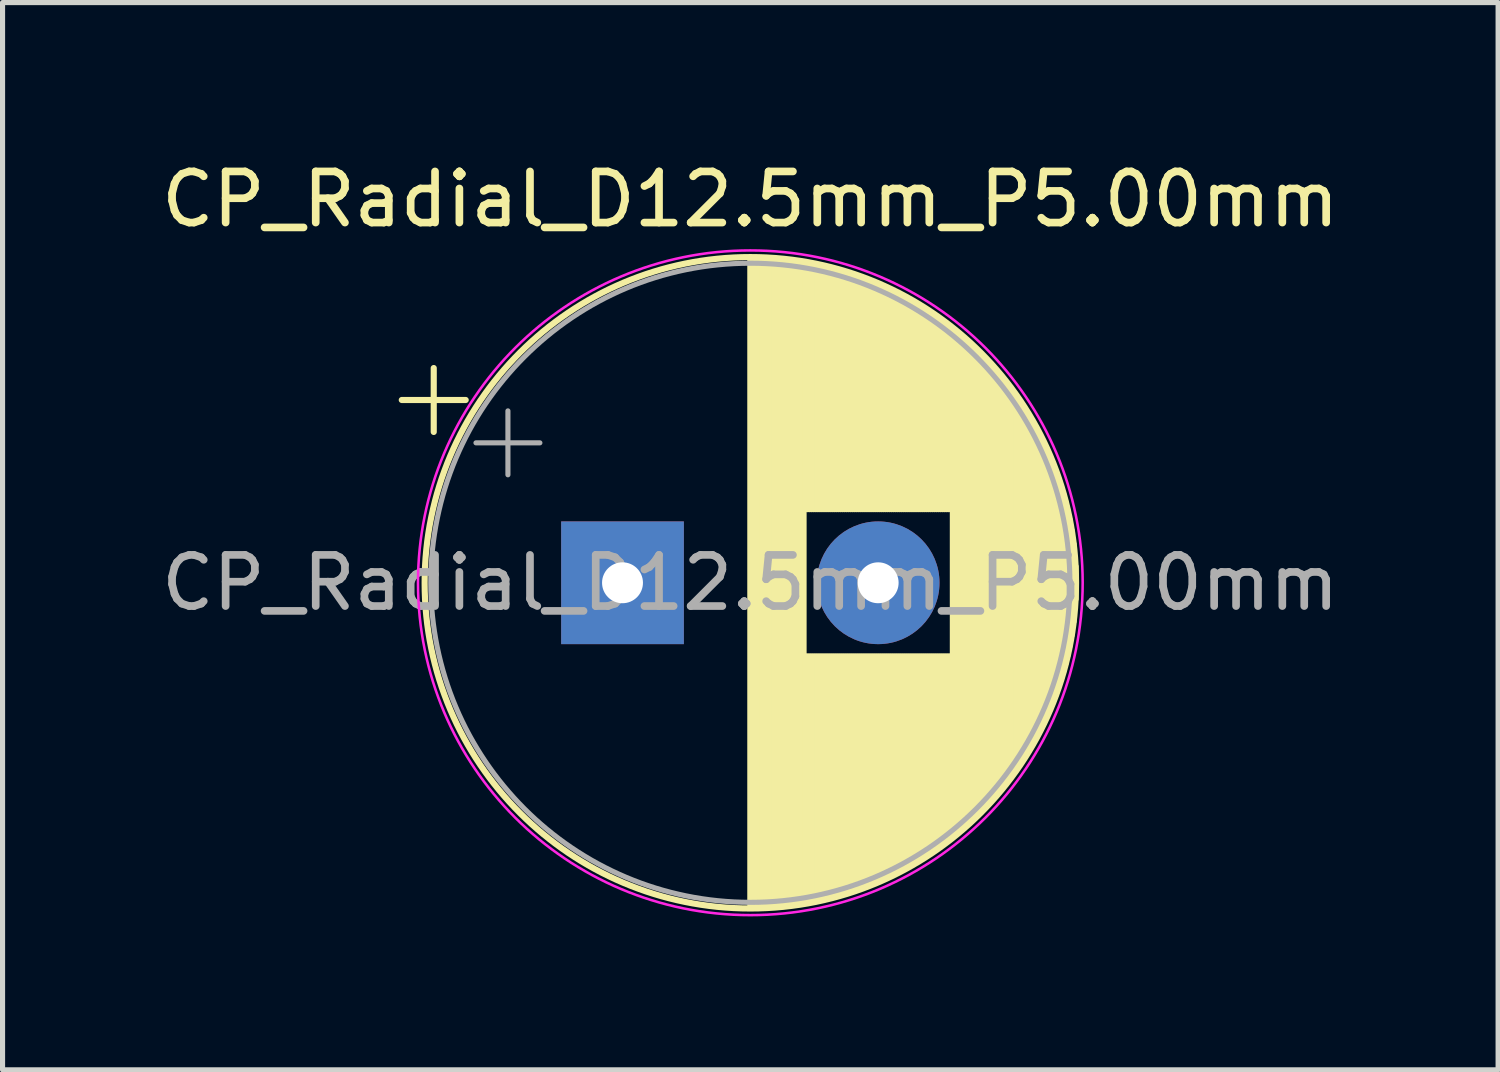
<source format=kicad_pcb>
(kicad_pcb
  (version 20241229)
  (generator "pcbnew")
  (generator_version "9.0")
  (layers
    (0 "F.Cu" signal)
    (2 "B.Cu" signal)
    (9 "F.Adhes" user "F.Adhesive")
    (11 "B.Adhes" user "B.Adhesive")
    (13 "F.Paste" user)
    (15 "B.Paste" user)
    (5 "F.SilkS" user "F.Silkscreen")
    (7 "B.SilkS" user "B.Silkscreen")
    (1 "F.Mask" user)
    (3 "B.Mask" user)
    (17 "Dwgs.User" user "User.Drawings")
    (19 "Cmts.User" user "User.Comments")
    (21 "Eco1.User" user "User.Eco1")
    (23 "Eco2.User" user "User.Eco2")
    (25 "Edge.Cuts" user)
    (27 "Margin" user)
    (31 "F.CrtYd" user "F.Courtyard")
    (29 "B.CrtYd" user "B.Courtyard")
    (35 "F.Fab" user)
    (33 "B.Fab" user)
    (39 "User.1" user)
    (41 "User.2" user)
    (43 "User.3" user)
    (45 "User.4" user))
  (footprint "CP_Radial_D12.5mm_P5.00mm"
    (layer "F.Cu")
    (at 9.125 8.348)
    (property "Reference" "CP_Radial_D12.5mm_P5.00mm" (at 2.5 -7.5 0) (layer "F.SilkS") (effects (font (size 1 1) (thickness 0.15))))
    (attr through_hole)
    (fp_line (start -4.317 -3.575) (end -3.067 -3.575) (stroke (width 0.12) (type solid)) (layer "F.SilkS"))
    (fp_line (start -3.692 -4.2) (end -3.692 -2.95) (stroke (width 0.12) (type solid)) (layer "F.SilkS"))
    (fp_line (start 2.5 -6.33) (end 2.5 6.33) (stroke (width 0.12) (type solid)) (layer "F.SilkS"))
    (fp_line (start 2.54 -6.33) (end 2.54 6.33) (stroke (width 0.12) (type solid)) (layer "F.SilkS"))
    (fp_line (start 2.58 -6.33) (end 2.58 6.33) (stroke (width 0.12) (type solid)) (layer "F.SilkS"))
    (fp_line (start 2.62 -6.329) (end 2.62 6.329) (stroke (width 0.12) (type solid)) (layer "F.SilkS"))
    (fp_line (start 2.66 -6.328) (end 2.66 6.328) (stroke (width 0.12) (type solid)) (layer "F.SilkS"))
    (fp_line (start 2.7 -6.327) (end 2.7 6.327) (stroke (width 0.12) (type solid)) (layer "F.SilkS"))
    (fp_line (start 2.74 -6.326) (end 2.74 6.326) (stroke (width 0.12) (type solid)) (layer "F.SilkS"))
    (fp_line (start 2.78 -6.324) (end 2.78 6.324) (stroke (width 0.12) (type solid)) (layer "F.SilkS"))
    (fp_line (start 2.82 -6.322) (end 2.82 6.322) (stroke (width 0.12) (type solid)) (layer "F.SilkS"))
    (fp_line (start 2.86 -6.32) (end 2.86 6.32) (stroke (width 0.12) (type solid)) (layer "F.SilkS"))
    (fp_line (start 2.9 -6.318) (end 2.9 6.318) (stroke (width 0.12) (type solid)) (layer "F.SilkS"))
    (fp_line (start 2.94 -6.315) (end 2.94 6.315) (stroke (width 0.12) (type solid)) (layer "F.SilkS"))
    (fp_line (start 2.98 -6.312) (end 2.98 6.312) (stroke (width 0.12) (type solid)) (layer "F.SilkS"))
    (fp_line (start 3.02 -6.309) (end 3.02 6.309) (stroke (width 0.12) (type solid)) (layer "F.SilkS"))
    (fp_line (start 3.06 -6.306) (end 3.06 6.306) (stroke (width 0.12) (type solid)) (layer "F.SilkS"))
    (fp_line (start 3.1 -6.302) (end 3.1 6.302) (stroke (width 0.12) (type solid)) (layer "F.SilkS"))
    (fp_line (start 3.14 -6.298) (end 3.14 6.298) (stroke (width 0.12) (type solid)) (layer "F.SilkS"))
    (fp_line (start 3.18 -6.294) (end 3.18 6.294) (stroke (width 0.12) (type solid)) (layer "F.SilkS"))
    (fp_line (start 3.221 -6.29) (end 3.221 6.29) (stroke (width 0.12) (type solid)) (layer "F.SilkS"))
    (fp_line (start 3.261 -6.285) (end 3.261 6.285) (stroke (width 0.12) (type solid)) (layer "F.SilkS"))
    (fp_line (start 3.301 -6.28) (end 3.301 6.28) (stroke (width 0.12) (type solid)) (layer "F.SilkS"))
    (fp_line (start 3.341 -6.275) (end 3.341 6.275) (stroke (width 0.12) (type solid)) (layer "F.SilkS"))
    (fp_line (start 3.381 -6.269) (end 3.381 6.269) (stroke (width 0.12) (type solid)) (layer "F.SilkS"))
    (fp_line (start 3.421 -6.264) (end 3.421 6.264) (stroke (width 0.12) (type solid)) (layer "F.SilkS"))
    (fp_line (start 3.461 -6.258) (end 3.461 6.258) (stroke (width 0.12) (type solid)) (layer "F.SilkS"))
    (fp_line (start 3.501 -6.252) (end 3.501 6.252) (stroke (width 0.12) (type solid)) (layer "F.SilkS"))
    (fp_line (start 3.541 -6.245) (end 3.541 6.245) (stroke (width 0.12) (type solid)) (layer "F.SilkS"))
    (fp_line (start 3.581 -6.238) (end 3.581 -1.44) (stroke (width 0.12) (type solid)) (layer "F.SilkS"))
    (fp_line (start 3.581 1.44) (end 3.581 6.238) (stroke (width 0.12) (type solid)) (layer "F.SilkS"))
    (fp_line (start 3.621 -6.231) (end 3.621 -1.44) (stroke (width 0.12) (type solid)) (layer "F.SilkS"))
    (fp_line (start 3.621 1.44) (end 3.621 6.231) (stroke (width 0.12) (type solid)) (layer "F.SilkS"))
    (fp_line (start 3.661 -6.224) (end 3.661 -1.44) (stroke (width 0.12) (type solid)) (layer "F.SilkS"))
    (fp_line (start 3.661 1.44) (end 3.661 6.224) (stroke (width 0.12) (type solid)) (layer "F.SilkS"))
    (fp_line (start 3.701 -6.216) (end 3.701 -1.44) (stroke (width 0.12) (type solid)) (layer "F.SilkS"))
    (fp_line (start 3.701 1.44) (end 3.701 6.216) (stroke (width 0.12) (type solid)) (layer "F.SilkS"))
    (fp_line (start 3.741 -6.209) (end 3.741 -1.44) (stroke (width 0.12) (type solid)) (layer "F.SilkS"))
    (fp_line (start 3.741 1.44) (end 3.741 6.209) (stroke (width 0.12) (type solid)) (layer "F.SilkS"))
    (fp_line (start 3.781 -6.201) (end 3.781 -1.44) (stroke (width 0.12) (type solid)) (layer "F.SilkS"))
    (fp_line (start 3.781 1.44) (end 3.781 6.201) (stroke (width 0.12) (type solid)) (layer "F.SilkS"))
    (fp_line (start 3.821 -6.192) (end 3.821 -1.44) (stroke (width 0.12) (type solid)) (layer "F.SilkS"))
    (fp_line (start 3.821 1.44) (end 3.821 6.192) (stroke (width 0.12) (type solid)) (layer "F.SilkS"))
    (fp_line (start 3.861 -6.184) (end 3.861 -1.44) (stroke (width 0.12) (type solid)) (layer "F.SilkS"))
    (fp_line (start 3.861 1.44) (end 3.861 6.184) (stroke (width 0.12) (type solid)) (layer "F.SilkS"))
    (fp_line (start 3.901 -6.175) (end 3.901 -1.44) (stroke (width 0.12) (type solid)) (layer "F.SilkS"))
    (fp_line (start 3.901 1.44) (end 3.901 6.175) (stroke (width 0.12) (type solid)) (layer "F.SilkS"))
    (fp_line (start 3.941 -6.166) (end 3.941 -1.44) (stroke (width 0.12) (type solid)) (layer "F.SilkS"))
    (fp_line (start 3.941 1.44) (end 3.941 6.166) (stroke (width 0.12) (type solid)) (layer "F.SilkS"))
    (fp_line (start 3.981 -6.156) (end 3.981 -1.44) (stroke (width 0.12) (type solid)) (layer "F.SilkS"))
    (fp_line (start 3.981 1.44) (end 3.981 6.156) (stroke (width 0.12) (type solid)) (layer "F.SilkS"))
    (fp_line (start 4.021 -6.146) (end 4.021 -1.44) (stroke (width 0.12) (type solid)) (layer "F.SilkS"))
    (fp_line (start 4.021 1.44) (end 4.021 6.146) (stroke (width 0.12) (type solid)) (layer "F.SilkS"))
    (fp_line (start 4.061 -6.137) (end 4.061 -1.44) (stroke (width 0.12) (type solid)) (layer "F.SilkS"))
    (fp_line (start 4.061 1.44) (end 4.061 6.137) (stroke (width 0.12) (type solid)) (layer "F.SilkS"))
    (fp_line (start 4.101 -6.126) (end 4.101 -1.44) (stroke (width 0.12) (type solid)) (layer "F.SilkS"))
    (fp_line (start 4.101 1.44) (end 4.101 6.126) (stroke (width 0.12) (type solid)) (layer "F.SilkS"))
    (fp_line (start 4.141 -6.116) (end 4.141 -1.44) (stroke (width 0.12) (type solid)) (layer "F.SilkS"))
    (fp_line (start 4.141 1.44) (end 4.141 6.116) (stroke (width 0.12) (type solid)) (layer "F.SilkS"))
    (fp_line (start 4.181 -6.105) (end 4.181 -1.44) (stroke (width 0.12) (type solid)) (layer "F.SilkS"))
    (fp_line (start 4.181 1.44) (end 4.181 6.105) (stroke (width 0.12) (type solid)) (layer "F.SilkS"))
    (fp_line (start 4.221 -6.094) (end 4.221 -1.44) (stroke (width 0.12) (type solid)) (layer "F.SilkS"))
    (fp_line (start 4.221 1.44) (end 4.221 6.094) (stroke (width 0.12) (type solid)) (layer "F.SilkS"))
    (fp_line (start 4.261 -6.083) (end 4.261 -1.44) (stroke (width 0.12) (type solid)) (layer "F.SilkS"))
    (fp_line (start 4.261 1.44) (end 4.261 6.083) (stroke (width 0.12) (type solid)) (layer "F.SilkS"))
    (fp_line (start 4.301 -6.071) (end 4.301 -1.44) (stroke (width 0.12) (type solid)) (layer "F.SilkS"))
    (fp_line (start 4.301 1.44) (end 4.301 6.071) (stroke (width 0.12) (type solid)) (layer "F.SilkS"))
    (fp_line (start 4.341 -6.059) (end 4.341 -1.44) (stroke (width 0.12) (type solid)) (layer "F.SilkS"))
    (fp_line (start 4.341 1.44) (end 4.341 6.059) (stroke (width 0.12) (type solid)) (layer "F.SilkS"))
    (fp_line (start 4.381 -6.047) (end 4.381 -1.44) (stroke (width 0.12) (type solid)) (layer "F.SilkS"))
    (fp_line (start 4.381 1.44) (end 4.381 6.047) (stroke (width 0.12) (type solid)) (layer "F.SilkS"))
    (fp_line (start 4.421 -6.034) (end 4.421 -1.44) (stroke (width 0.12) (type solid)) (layer "F.SilkS"))
    (fp_line (start 4.421 1.44) (end 4.421 6.034) (stroke (width 0.12) (type solid)) (layer "F.SilkS"))
    (fp_line (start 4.461 -6.021) (end 4.461 -1.44) (stroke (width 0.12) (type solid)) (layer "F.SilkS"))
    (fp_line (start 4.461 1.44) (end 4.461 6.021) (stroke (width 0.12) (type solid)) (layer "F.SilkS"))
    (fp_line (start 4.501 -6.008) (end 4.501 -1.44) (stroke (width 0.12) (type solid)) (layer "F.SilkS"))
    (fp_line (start 4.501 1.44) (end 4.501 6.008) (stroke (width 0.12) (type solid)) (layer "F.SilkS"))
    (fp_line (start 4.541 -5.995) (end 4.541 -1.44) (stroke (width 0.12) (type solid)) (layer "F.SilkS"))
    (fp_line (start 4.541 1.44) (end 4.541 5.995) (stroke (width 0.12) (type solid)) (layer "F.SilkS"))
    (fp_line (start 4.581 -5.981) (end 4.581 -1.44) (stroke (width 0.12) (type solid)) (layer "F.SilkS"))
    (fp_line (start 4.581 1.44) (end 4.581 5.981) (stroke (width 0.12) (type solid)) (layer "F.SilkS"))
    (fp_line (start 4.621 -5.967) (end 4.621 -1.44) (stroke (width 0.12) (type solid)) (layer "F.SilkS"))
    (fp_line (start 4.621 1.44) (end 4.621 5.967) (stroke (width 0.12) (type solid)) (layer "F.SilkS"))
    (fp_line (start 4.661 -5.953) (end 4.661 -1.44) (stroke (width 0.12) (type solid)) (layer "F.SilkS"))
    (fp_line (start 4.661 1.44) (end 4.661 5.953) (stroke (width 0.12) (type solid)) (layer "F.SilkS"))
    (fp_line (start 4.701 -5.939) (end 4.701 -1.44) (stroke (width 0.12) (type solid)) (layer "F.SilkS"))
    (fp_line (start 4.701 1.44) (end 4.701 5.939) (stroke (width 0.12) (type solid)) (layer "F.SilkS"))
    (fp_line (start 4.741 -5.924) (end 4.741 -1.44) (stroke (width 0.12) (type solid)) (layer "F.SilkS"))
    (fp_line (start 4.741 1.44) (end 4.741 5.924) (stroke (width 0.12) (type solid)) (layer "F.SilkS"))
    (fp_line (start 4.781 -5.908) (end 4.781 -1.44) (stroke (width 0.12) (type solid)) (layer "F.SilkS"))
    (fp_line (start 4.781 1.44) (end 4.781 5.908) (stroke (width 0.12) (type solid)) (layer "F.SilkS"))
    (fp_line (start 4.821 -5.893) (end 4.821 -1.44) (stroke (width 0.12) (type solid)) (layer "F.SilkS"))
    (fp_line (start 4.821 1.44) (end 4.821 5.893) (stroke (width 0.12) (type solid)) (layer "F.SilkS"))
    (fp_line (start 4.861 -5.877) (end 4.861 -1.44) (stroke (width 0.12) (type solid)) (layer "F.SilkS"))
    (fp_line (start 4.861 1.44) (end 4.861 5.877) (stroke (width 0.12) (type solid)) (layer "F.SilkS"))
    (fp_line (start 4.901 -5.861) (end 4.901 -1.44) (stroke (width 0.12) (type solid)) (layer "F.SilkS"))
    (fp_line (start 4.901 1.44) (end 4.901 5.861) (stroke (width 0.12) (type solid)) (layer "F.SilkS"))
    (fp_line (start 4.941 -5.845) (end 4.941 -1.44) (stroke (width 0.12) (type solid)) (layer "F.SilkS"))
    (fp_line (start 4.941 1.44) (end 4.941 5.845) (stroke (width 0.12) (type solid)) (layer "F.SilkS"))
    (fp_line (start 4.981 -5.828) (end 4.981 -1.44) (stroke (width 0.12) (type solid)) (layer "F.SilkS"))
    (fp_line (start 4.981 1.44) (end 4.981 5.828) (stroke (width 0.12) (type solid)) (layer "F.SilkS"))
    (fp_line (start 5.021 -5.811) (end 5.021 -1.44) (stroke (width 0.12) (type solid)) (layer "F.SilkS"))
    (fp_line (start 5.021 1.44) (end 5.021 5.811) (stroke (width 0.12) (type solid)) (layer "F.SilkS"))
    (fp_line (start 5.061 -5.793) (end 5.061 -1.44) (stroke (width 0.12) (type solid)) (layer "F.SilkS"))
    (fp_line (start 5.061 1.44) (end 5.061 5.793) (stroke (width 0.12) (type solid)) (layer "F.SilkS"))
    (fp_line (start 5.101 -5.776) (end 5.101 -1.44) (stroke (width 0.12) (type solid)) (layer "F.SilkS"))
    (fp_line (start 5.101 1.44) (end 5.101 5.776) (stroke (width 0.12) (type solid)) (layer "F.SilkS"))
    (fp_line (start 5.141 -5.758) (end 5.141 -1.44) (stroke (width 0.12) (type solid)) (layer "F.SilkS"))
    (fp_line (start 5.141 1.44) (end 5.141 5.758) (stroke (width 0.12) (type solid)) (layer "F.SilkS"))
    (fp_line (start 5.181 -5.739) (end 5.181 -1.44) (stroke (width 0.12) (type solid)) (layer "F.SilkS"))
    (fp_line (start 5.181 1.44) (end 5.181 5.739) (stroke (width 0.12) (type solid)) (layer "F.SilkS"))
    (fp_line (start 5.221 -5.721) (end 5.221 -1.44) (stroke (width 0.12) (type solid)) (layer "F.SilkS"))
    (fp_line (start 5.221 1.44) (end 5.221 5.721) (stroke (width 0.12) (type solid)) (layer "F.SilkS"))
    (fp_line (start 5.261 -5.702) (end 5.261 -1.44) (stroke (width 0.12) (type solid)) (layer "F.SilkS"))
    (fp_line (start 5.261 1.44) (end 5.261 5.702) (stroke (width 0.12) (type solid)) (layer "F.SilkS"))
    (fp_line (start 5.301 -5.682) (end 5.301 -1.44) (stroke (width 0.12) (type solid)) (layer "F.SilkS"))
    (fp_line (start 5.301 1.44) (end 5.301 5.682) (stroke (width 0.12) (type solid)) (layer "F.SilkS"))
    (fp_line (start 5.341 -5.662) (end 5.341 -1.44) (stroke (width 0.12) (type solid)) (layer "F.SilkS"))
    (fp_line (start 5.341 1.44) (end 5.341 5.662) (stroke (width 0.12) (type solid)) (layer "F.SilkS"))
    (fp_line (start 5.381 -5.642) (end 5.381 -1.44) (stroke (width 0.12) (type solid)) (layer "F.SilkS"))
    (fp_line (start 5.381 1.44) (end 5.381 5.642) (stroke (width 0.12) (type solid)) (layer "F.SilkS"))
    (fp_line (start 5.421 -5.622) (end 5.421 -1.44) (stroke (width 0.12) (type solid)) (layer "F.SilkS"))
    (fp_line (start 5.421 1.44) (end 5.421 5.622) (stroke (width 0.12) (type solid)) (layer "F.SilkS"))
    (fp_line (start 5.461 -5.601) (end 5.461 -1.44) (stroke (width 0.12) (type solid)) (layer "F.SilkS"))
    (fp_line (start 5.461 1.44) (end 5.461 5.601) (stroke (width 0.12) (type solid)) (layer "F.SilkS"))
    (fp_line (start 5.501 -5.58) (end 5.501 -1.44) (stroke (width 0.12) (type solid)) (layer "F.SilkS"))
    (fp_line (start 5.501 1.44) (end 5.501 5.58) (stroke (width 0.12) (type solid)) (layer "F.SilkS"))
    (fp_line (start 5.541 -5.558) (end 5.541 -1.44) (stroke (width 0.12) (type solid)) (layer "F.SilkS"))
    (fp_line (start 5.541 1.44) (end 5.541 5.558) (stroke (width 0.12) (type solid)) (layer "F.SilkS"))
    (fp_line (start 5.581 -5.536) (end 5.581 -1.44) (stroke (width 0.12) (type solid)) (layer "F.SilkS"))
    (fp_line (start 5.581 1.44) (end 5.581 5.536) (stroke (width 0.12) (type solid)) (layer "F.SilkS"))
    (fp_line (start 5.621 -5.514) (end 5.621 -1.44) (stroke (width 0.12) (type solid)) (layer "F.SilkS"))
    (fp_line (start 5.621 1.44) (end 5.621 5.514) (stroke (width 0.12) (type solid)) (layer "F.SilkS"))
    (fp_line (start 5.661 -5.491) (end 5.661 -1.44) (stroke (width 0.12) (type solid)) (layer "F.SilkS"))
    (fp_line (start 5.661 1.44) (end 5.661 5.491) (stroke (width 0.12) (type solid)) (layer "F.SilkS"))
    (fp_line (start 5.701 -5.468) (end 5.701 -1.44) (stroke (width 0.12) (type solid)) (layer "F.SilkS"))
    (fp_line (start 5.701 1.44) (end 5.701 5.468) (stroke (width 0.12) (type solid)) (layer "F.SilkS"))
    (fp_line (start 5.741 -5.445) (end 5.741 -1.44) (stroke (width 0.12) (type solid)) (layer "F.SilkS"))
    (fp_line (start 5.741 1.44) (end 5.741 5.445) (stroke (width 0.12) (type solid)) (layer "F.SilkS"))
    (fp_line (start 5.781 -5.421) (end 5.781 -1.44) (stroke (width 0.12) (type solid)) (layer "F.SilkS"))
    (fp_line (start 5.781 1.44) (end 5.781 5.421) (stroke (width 0.12) (type solid)) (layer "F.SilkS"))
    (fp_line (start 5.821 -5.397) (end 5.821 -1.44) (stroke (width 0.12) (type solid)) (layer "F.SilkS"))
    (fp_line (start 5.821 1.44) (end 5.821 5.397) (stroke (width 0.12) (type solid)) (layer "F.SilkS"))
    (fp_line (start 5.861 -5.372) (end 5.861 -1.44) (stroke (width 0.12) (type solid)) (layer "F.SilkS"))
    (fp_line (start 5.861 1.44) (end 5.861 5.372) (stroke (width 0.12) (type solid)) (layer "F.SilkS"))
    (fp_line (start 5.901 -5.347) (end 5.901 -1.44) (stroke (width 0.12) (type solid)) (layer "F.SilkS"))
    (fp_line (start 5.901 1.44) (end 5.901 5.347) (stroke (width 0.12) (type solid)) (layer "F.SilkS"))
    (fp_line (start 5.941 -5.322) (end 5.941 -1.44) (stroke (width 0.12) (type solid)) (layer "F.SilkS"))
    (fp_line (start 5.941 1.44) (end 5.941 5.322) (stroke (width 0.12) (type solid)) (layer "F.SilkS"))
    (fp_line (start 5.981 -5.296) (end 5.981 -1.44) (stroke (width 0.12) (type solid)) (layer "F.SilkS"))
    (fp_line (start 5.981 1.44) (end 5.981 5.296) (stroke (width 0.12) (type solid)) (layer "F.SilkS"))
    (fp_line (start 6.021 -5.27) (end 6.021 -1.44) (stroke (width 0.12) (type solid)) (layer "F.SilkS"))
    (fp_line (start 6.021 1.44) (end 6.021 5.27) (stroke (width 0.12) (type solid)) (layer "F.SilkS"))
    (fp_line (start 6.061 -5.243) (end 6.061 -1.44) (stroke (width 0.12) (type solid)) (layer "F.SilkS"))
    (fp_line (start 6.061 1.44) (end 6.061 5.243) (stroke (width 0.12) (type solid)) (layer "F.SilkS"))
    (fp_line (start 6.101 -5.216) (end 6.101 -1.44) (stroke (width 0.12) (type solid)) (layer "F.SilkS"))
    (fp_line (start 6.101 1.44) (end 6.101 5.216) (stroke (width 0.12) (type solid)) (layer "F.SilkS"))
    (fp_line (start 6.141 -5.188) (end 6.141 -1.44) (stroke (width 0.12) (type solid)) (layer "F.SilkS"))
    (fp_line (start 6.141 1.44) (end 6.141 5.188) (stroke (width 0.12) (type solid)) (layer "F.SilkS"))
    (fp_line (start 6.181 -5.16) (end 6.181 -1.44) (stroke (width 0.12) (type solid)) (layer "F.SilkS"))
    (fp_line (start 6.181 1.44) (end 6.181 5.16) (stroke (width 0.12) (type solid)) (layer "F.SilkS"))
    (fp_line (start 6.221 -5.131) (end 6.221 -1.44) (stroke (width 0.12) (type solid)) (layer "F.SilkS"))
    (fp_line (start 6.221 1.44) (end 6.221 5.131) (stroke (width 0.12) (type solid)) (layer "F.SilkS"))
    (fp_line (start 6.261 -5.102) (end 6.261 -1.44) (stroke (width 0.12) (type solid)) (layer "F.SilkS"))
    (fp_line (start 6.261 1.44) (end 6.261 5.102) (stroke (width 0.12) (type solid)) (layer "F.SilkS"))
    (fp_line (start 6.301 -5.073) (end 6.301 -1.44) (stroke (width 0.12) (type solid)) (layer "F.SilkS"))
    (fp_line (start 6.301 1.44) (end 6.301 5.073) (stroke (width 0.12) (type solid)) (layer "F.SilkS"))
    (fp_line (start 6.341 -5.043) (end 6.341 -1.44) (stroke (width 0.12) (type solid)) (layer "F.SilkS"))
    (fp_line (start 6.341 1.44) (end 6.341 5.043) (stroke (width 0.12) (type solid)) (layer "F.SilkS"))
    (fp_line (start 6.381 -5.012) (end 6.381 -1.44) (stroke (width 0.12) (type solid)) (layer "F.SilkS"))
    (fp_line (start 6.381 1.44) (end 6.381 5.012) (stroke (width 0.12) (type solid)) (layer "F.SilkS"))
    (fp_line (start 6.421 -4.982) (end 6.421 -1.44) (stroke (width 0.12) (type solid)) (layer "F.SilkS"))
    (fp_line (start 6.421 1.44) (end 6.421 4.982) (stroke (width 0.12) (type solid)) (layer "F.SilkS"))
    (fp_line (start 6.461 -4.95) (end 6.461 4.95) (stroke (width 0.12) (type solid)) (layer "F.SilkS"))
    (fp_line (start 6.501 -4.918) (end 6.501 4.918) (stroke (width 0.12) (type solid)) (layer "F.SilkS"))
    (fp_line (start 6.541 -4.885) (end 6.541 4.885) (stroke (width 0.12) (type solid)) (layer "F.SilkS"))
    (fp_line (start 6.581 -4.852) (end 6.581 4.852) (stroke (width 0.12) (type solid)) (layer "F.SilkS"))
    (fp_line (start 6.621 -4.819) (end 6.621 4.819) (stroke (width 0.12) (type solid)) (layer "F.SilkS"))
    (fp_line (start 6.661 -4.785) (end 6.661 4.785) (stroke (width 0.12) (type solid)) (layer "F.SilkS"))
    (fp_line (start 6.701 -4.75) (end 6.701 4.75) (stroke (width 0.12) (type solid)) (layer "F.SilkS"))
    (fp_line (start 6.741 -4.714) (end 6.741 4.714) (stroke (width 0.12) (type solid)) (layer "F.SilkS"))
    (fp_line (start 6.781 -4.678) (end 6.781 4.678) (stroke (width 0.12) (type solid)) (layer "F.SilkS"))
    (fp_line (start 6.821 -4.642) (end 6.821 4.642) (stroke (width 0.12) (type solid)) (layer "F.SilkS"))
    (fp_line (start 6.861 -4.605) (end 6.861 4.605) (stroke (width 0.12) (type solid)) (layer "F.SilkS"))
    (fp_line (start 6.901 -4.567) (end 6.901 4.567) (stroke (width 0.12) (type solid)) (layer "F.SilkS"))
    (fp_line (start 6.941 -4.528) (end 6.941 4.528) (stroke (width 0.12) (type solid)) (layer "F.SilkS"))
    (fp_line (start 6.981 -4.489) (end 6.981 4.489) (stroke (width 0.12) (type solid)) (layer "F.SilkS"))
    (fp_line (start 7.021 -4.449) (end 7.021 4.449) (stroke (width 0.12) (type solid)) (layer "F.SilkS"))
    (fp_line (start 7.061 -4.408) (end 7.061 4.408) (stroke (width 0.12) (type solid)) (layer "F.SilkS"))
    (fp_line (start 7.101 -4.367) (end 7.101 4.367) (stroke (width 0.12) (type solid)) (layer "F.SilkS"))
    (fp_line (start 7.141 -4.325) (end 7.141 4.325) (stroke (width 0.12) (type solid)) (layer "F.SilkS"))
    (fp_line (start 7.181 -4.282) (end 7.181 4.282) (stroke (width 0.12) (type solid)) (layer "F.SilkS"))
    (fp_line (start 7.221 -4.238) (end 7.221 4.238) (stroke (width 0.12) (type solid)) (layer "F.SilkS"))
    (fp_line (start 7.261 -4.194) (end 7.261 4.194) (stroke (width 0.12) (type solid)) (layer "F.SilkS"))
    (fp_line (start 7.301 -4.148) (end 7.301 4.148) (stroke (width 0.12) (type solid)) (layer "F.SilkS"))
    (fp_line (start 7.341 -4.102) (end 7.341 4.102) (stroke (width 0.12) (type solid)) (layer "F.SilkS"))
    (fp_line (start 7.381 -4.055) (end 7.381 4.055) (stroke (width 0.12) (type solid)) (layer "F.SilkS"))
    (fp_line (start 7.421 -4.007) (end 7.421 4.007) (stroke (width 0.12) (type solid)) (layer "F.SilkS"))
    (fp_line (start 7.461 -3.957) (end 7.461 3.957) (stroke (width 0.12) (type solid)) (layer "F.SilkS"))
    (fp_line (start 7.501 -3.907) (end 7.501 3.907) (stroke (width 0.12) (type solid)) (layer "F.SilkS"))
    (fp_line (start 7.541 -3.856) (end 7.541 3.856) (stroke (width 0.12) (type solid)) (layer "F.SilkS"))
    (fp_line (start 7.581 -3.804) (end 7.581 3.804) (stroke (width 0.12) (type solid)) (layer "F.SilkS"))
    (fp_line (start 7.621 -3.75) (end 7.621 3.75) (stroke (width 0.12) (type solid)) (layer "F.SilkS"))
    (fp_line (start 7.661 -3.696) (end 7.661 3.696) (stroke (width 0.12) (type solid)) (layer "F.SilkS"))
    (fp_line (start 7.701 -3.64) (end 7.701 3.64) (stroke (width 0.12) (type solid)) (layer "F.SilkS"))
    (fp_line (start 7.741 -3.583) (end 7.741 3.583) (stroke (width 0.12) (type solid)) (layer "F.SilkS"))
    (fp_line (start 7.781 -3.524) (end 7.781 3.524) (stroke (width 0.12) (type solid)) (layer "F.SilkS"))
    (fp_line (start 7.821 -3.464) (end 7.821 3.464) (stroke (width 0.12) (type solid)) (layer "F.SilkS"))
    (fp_line (start 7.861 -3.402) (end 7.861 3.402) (stroke (width 0.12) (type solid)) (layer "F.SilkS"))
    (fp_line (start 7.901 -3.339) (end 7.901 3.339) (stroke (width 0.12) (type solid)) (layer "F.SilkS"))
    (fp_line (start 7.941 -3.275) (end 7.941 3.275) (stroke (width 0.12) (type solid)) (layer "F.SilkS"))
    (fp_line (start 7.981 -3.208) (end 7.981 3.208) (stroke (width 0.12) (type solid)) (layer "F.SilkS"))
    (fp_line (start 8.021 -3.14) (end 8.021 3.14) (stroke (width 0.12) (type solid)) (layer "F.SilkS"))
    (fp_line (start 8.061 -3.069) (end 8.061 3.069) (stroke (width 0.12) (type solid)) (layer "F.SilkS"))
    (fp_line (start 8.101 -2.996) (end 8.101 2.996) (stroke (width 0.12) (type solid)) (layer "F.SilkS"))
    (fp_line (start 8.141 -2.921) (end 8.141 2.921) (stroke (width 0.12) (type solid)) (layer "F.SilkS"))
    (fp_line (start 8.181 -2.844) (end 8.181 2.844) (stroke (width 0.12) (type solid)) (layer "F.SilkS"))
    (fp_line (start 8.221 -2.764) (end 8.221 2.764) (stroke (width 0.12) (type solid)) (layer "F.SilkS"))
    (fp_line (start 8.261 -2.681) (end 8.261 2.681) (stroke (width 0.12) (type solid)) (layer "F.SilkS"))
    (fp_line (start 8.301 -2.594) (end 8.301 2.594) (stroke (width 0.12) (type solid)) (layer "F.SilkS"))
    (fp_line (start 8.341 -2.504) (end 8.341 2.504) (stroke (width 0.12) (type solid)) (layer "F.SilkS"))
    (fp_line (start 8.381 -2.41) (end 8.381 2.41) (stroke (width 0.12) (type solid)) (layer "F.SilkS"))
    (fp_line (start 8.421 -2.312) (end 8.421 2.312) (stroke (width 0.12) (type solid)) (layer "F.SilkS"))
    (fp_line (start 8.461 -2.209) (end 8.461 2.209) (stroke (width 0.12) (type solid)) (layer "F.SilkS"))
    (fp_line (start 8.501 -2.1) (end 8.501 2.1) (stroke (width 0.12) (type solid)) (layer "F.SilkS"))
    (fp_line (start 8.541 -1.984) (end 8.541 1.984) (stroke (width 0.12) (type solid)) (layer "F.SilkS"))
    (fp_line (start 8.581 -1.861) (end 8.581 1.861) (stroke (width 0.12) (type solid)) (layer "F.SilkS"))
    (fp_line (start 8.621 -1.728) (end 8.621 1.728) (stroke (width 0.12) (type solid)) (layer "F.SilkS"))
    (fp_line (start 8.661 -1.583) (end 8.661 1.583) (stroke (width 0.12) (type solid)) (layer "F.SilkS"))
    (fp_line (start 8.701 -1.422) (end 8.701 1.422) (stroke (width 0.12) (type solid)) (layer "F.SilkS"))
    (fp_line (start 8.741 -1.241) (end 8.741 1.241) (stroke (width 0.12) (type solid)) (layer "F.SilkS"))
    (fp_line (start 8.781 -1.028) (end 8.781 1.028) (stroke (width 0.12) (type solid)) (layer "F.SilkS"))
    (fp_line (start 8.821 -0.757) (end 8.821 0.757) (stroke (width 0.12) (type solid)) (layer "F.SilkS"))
    (fp_line (start 8.861 -0.317) (end 8.861 0.317) (stroke (width 0.12) (type solid)) (layer "F.SilkS"))
    (fp_circle (center 2.5 0) (end 8.87 0) (stroke (width 0.12) (type solid)) (fill no) (layer "F.SilkS"))
    (fp_circle (center 2.5 0) (end 9 0) (stroke (width 0.05) (type solid)) (fill no) (layer "F.CrtYd"))
    (fp_line (start -2.866 -2.737) (end -1.616 -2.737) (stroke (width 0.1) (type solid)) (layer "F.Fab"))
    (fp_line (start -2.241 -3.362) (end -2.241 -2.112) (stroke (width 0.1) (type solid)) (layer "F.Fab"))
    (fp_circle (center 2.5 0) (end 8.75 0) (stroke (width 0.1) (type solid)) (fill no) (layer "F.Fab"))
    (fp_text user "${REFERENCE}" (at 2.5 0 0) (layer "F.Fab") (effects (font (size 1 1) (thickness 0.15))))
    (pad "1" thru_hole rect (at 0 0) (size 2.4 2.4) (drill 0.8) (layers "*.Cu" "*.Mask"))
    (pad "2" thru_hole circle (at 5 0) (size 2.4 2.4) (drill 0.8) (layers "*.Cu" "*.Mask")))
  (gr_rect
    (start -3 -3)
    (end 26.25 17.873)
    (stroke (width 0.1) (type default))
    (fill no)
    (layer "Edge.Cuts")))
</source>
